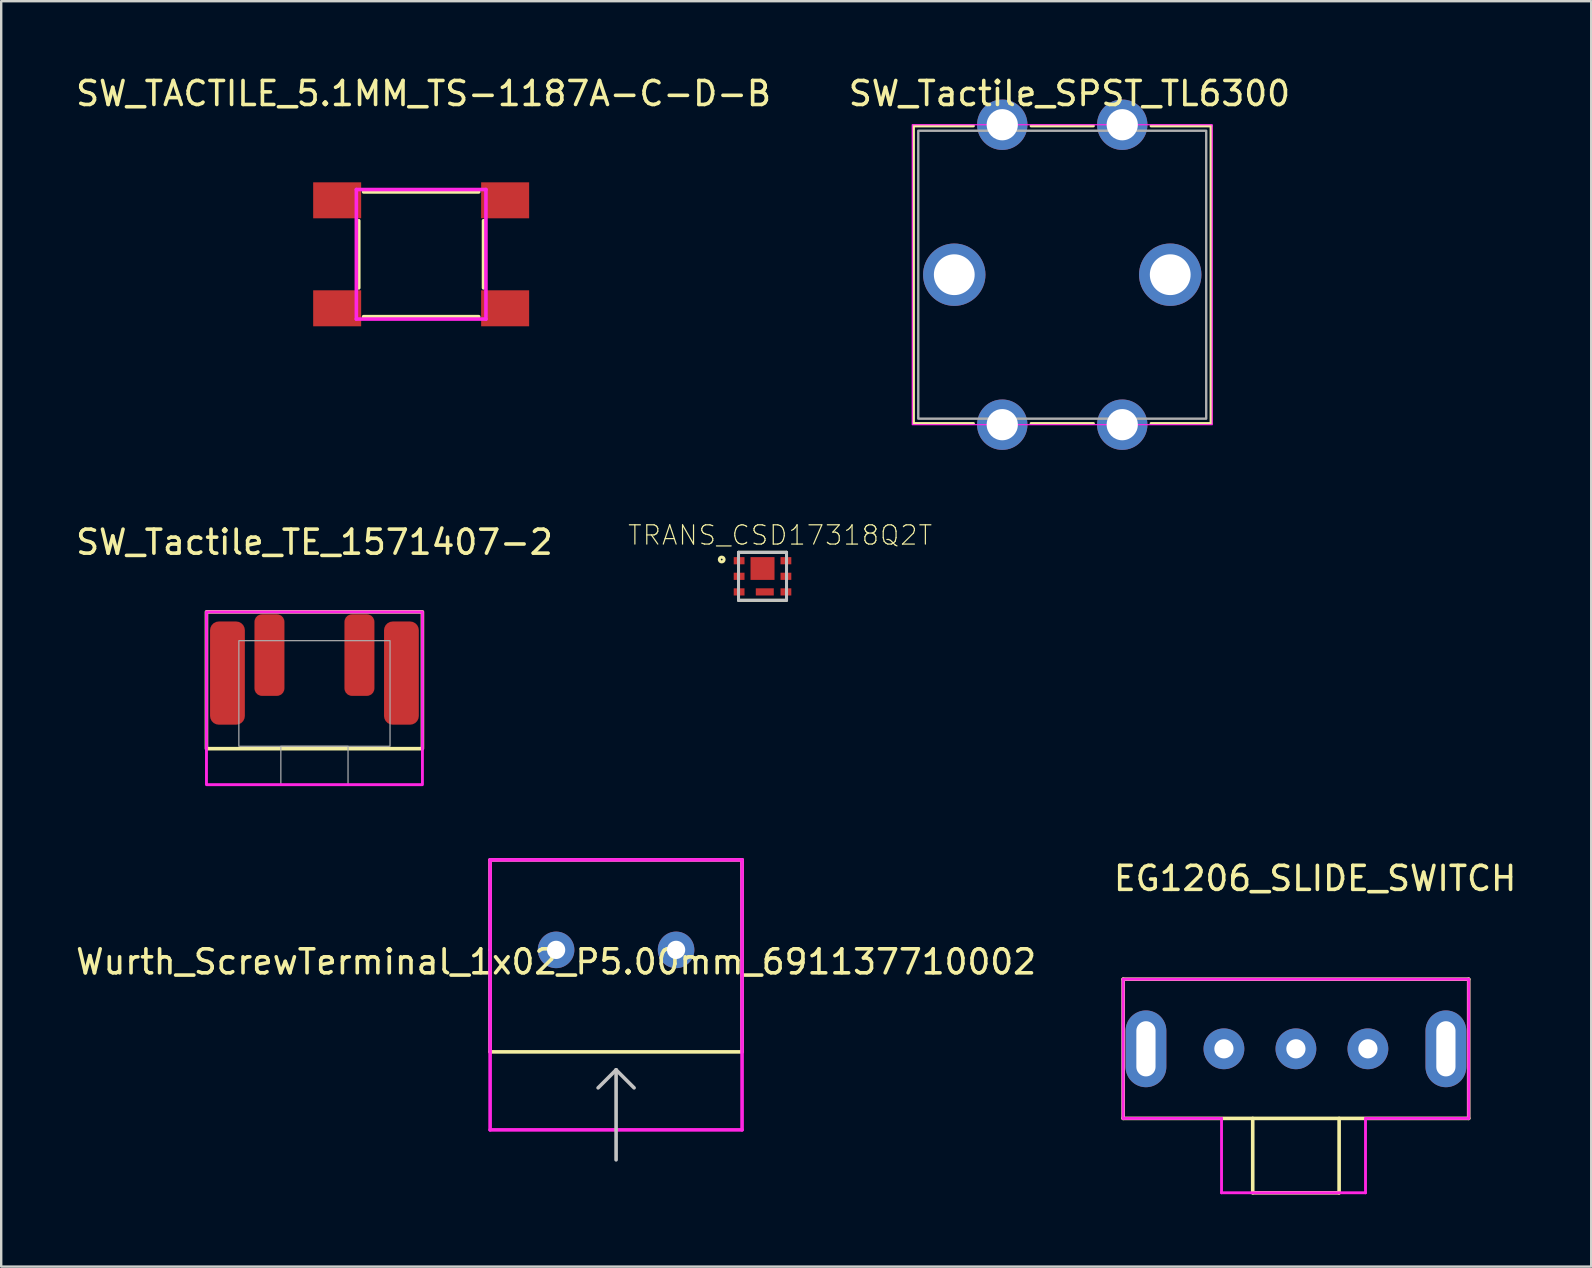
<source format=kicad_pcb>
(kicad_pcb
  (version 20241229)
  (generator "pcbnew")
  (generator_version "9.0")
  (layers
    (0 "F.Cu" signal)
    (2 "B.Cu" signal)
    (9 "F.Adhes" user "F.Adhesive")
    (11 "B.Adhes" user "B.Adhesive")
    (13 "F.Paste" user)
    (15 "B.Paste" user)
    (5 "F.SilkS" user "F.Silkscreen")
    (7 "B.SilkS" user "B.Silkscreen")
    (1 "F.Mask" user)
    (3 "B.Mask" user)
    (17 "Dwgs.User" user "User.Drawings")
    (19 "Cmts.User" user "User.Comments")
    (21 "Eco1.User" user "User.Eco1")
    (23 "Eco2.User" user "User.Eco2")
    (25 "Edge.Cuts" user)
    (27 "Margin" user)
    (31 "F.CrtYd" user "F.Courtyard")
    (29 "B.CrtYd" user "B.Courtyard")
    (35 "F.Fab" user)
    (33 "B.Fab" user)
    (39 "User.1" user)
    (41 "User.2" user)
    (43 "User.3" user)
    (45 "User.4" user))
  (footprint "Wurth_ScrewTerminal_1x02_P5.00mm_691137710002"
    (layer "F.Cu")
    (at 20.125 36.535)
    (property "Reference" "Wurth_ScrewTerminal_1x02_P5.00mm_691137710002" (at 0 0.5 0) (layer "F.SilkS") (effects (font (size 1 1) (thickness 0.15))))
    (attr through_hole)
    (fp_line (start -2.75 -3.75) (end -2.75 0) (stroke (width 0.15) (type solid)) (layer "F.SilkS"))
    (fp_line (start -2.75 0) (end -2.75 4.25) (stroke (width 0.15) (type solid)) (layer "F.SilkS"))
    (fp_line (start -2.75 4.25) (end 7.75 4.25) (stroke (width 0.15) (type solid)) (layer "F.SilkS"))
    (fp_line (start 7.75 -3.75) (end -2.75 -3.75) (stroke (width 0.15) (type solid)) (layer "F.SilkS"))
    (fp_line (start 7.75 4.25) (end 7.75 -3.75) (stroke (width 0.15) (type solid)) (layer "F.SilkS"))
    (fp_line (start 2.5 5) (end 1.75 5.75) (stroke (width 0.15) (type solid)) (layer "Dwgs.User"))
    (fp_line (start 2.5 5) (end 3.25 5.75) (stroke (width 0.15) (type solid)) (layer "Dwgs.User"))
    (fp_line (start 2.5 8.75) (end 2.5 5) (stroke (width 0.15) (type solid)) (layer "Dwgs.User"))
    (fp_line (start -2.75 -3.75) (end -2.75 7.5) (stroke (width 0.15) (type solid)) (layer "F.CrtYd"))
    (fp_line (start -2.75 7.5) (end 7.75 7.5) (stroke (width 0.15) (type solid)) (layer "F.CrtYd"))
    (fp_line (start 7.75 -3.75) (end -2.75 -3.75) (stroke (width 0.15) (type solid)) (layer "F.CrtYd"))
    (fp_line (start 7.75 7.5) (end 7.75 -3.75) (stroke (width 0.15) (type solid)) (layer "F.CrtYd"))
    (pad "1" thru_hole circle (at 0 0) (size 1.524 1.524) (drill 0.762) (layers "*.Cu" "*.Mask"))
    (pad "2" thru_hole circle (at 5 0) (size 1.524 1.524) (drill 0.762) (layers "*.Cu" "*.Mask")))
  (footprint "SW_Tactile_SPST_TL6300"
    (layer "F.Cu")
    (at 38.718 2.148)
    (property "Reference" "SW_Tactile_SPST_TL6300" (at 2.8 -1.3 0) (unlocked yes) (layer "F.SilkS") (effects (font (size 1 1) (thickness 0.15))))
    (attr through_hole)
    (fp_line (start -3.7 0.05) (end -1.2 0.05) (stroke (width 0.12) (type solid)) (layer "F.SilkS"))
    (fp_line (start -3.7 12.45) (end -3.7 0.05) (stroke (width 0.12) (type solid)) (layer "F.SilkS"))
    (fp_line (start -1.2 12.45) (end -3.7 12.45) (stroke (width 0.12) (type solid)) (layer "F.SilkS"))
    (fp_line (start 1.2 0.05) (end 3.8 0.05) (stroke (width 0.12) (type solid)) (layer "F.SilkS"))
    (fp_line (start 3.8 12.45) (end 1.2 12.45) (stroke (width 0.12) (type solid)) (layer "F.SilkS"))
    (fp_line (start 6.2 0.05) (end 8.7 0.05) (stroke (width 0.12) (type solid)) (layer "F.SilkS"))
    (fp_line (start 8.7 0.05) (end 8.7 12.45) (stroke (width 0.12) (type solid)) (layer "F.SilkS"))
    (fp_line (start 8.7 12.45) (end 6.2 12.45) (stroke (width 0.12) (type solid)) (layer "F.SilkS"))
    (fp_rect (start -3.75 0) (end 8.75 12.5) (stroke (width 0.05) (type solid)) (fill no) (layer "F.CrtYd"))
    (fp_rect (start -3.5 0.25) (end 8.5 12.25) (stroke (width 0.1) (type solid)) (fill no) (layer "F.Fab"))
    (pad "1" thru_hole circle (at 5 0) (size 2.1 2.1) (drill 1.3) (layers "*.Cu" "*.Mask"))
    (pad "1" thru_hole circle (at 5 12.5) (size 2.1 2.1) (drill 1.3) (layers "*.Cu" "*.Mask"))
    (pad "2" thru_hole circle (at 0 0) (size 2.1 2.1) (drill 1.3) (layers "*.Cu" "*.Mask"))
    (pad "2" thru_hole circle (at 0 12.5) (size 2.1 2.1) (drill 1.3) (layers "*.Cu" "*.Mask"))
    (pad "~" thru_hole circle (at -2 6.25) (size 2.6 2.6) (drill 1.7) (layers "*.Cu" "*.Mask"))
    (pad "~" thru_hole circle (at 7 6.25) (size 2.6 2.6) (drill 1.7) (layers "*.Cu" "*.Mask")))
  (footprint "‎EG1206‎_SLIDE_SWITCH"
    (layer "F.Cu")
    (at 50.956 40.658)
    (property "Reference" "‎EG1206‎_SLIDE_SWITCH" (at 0.8 -7.1 0) (layer "F.SilkS") (effects (font (size 1 1) (thickness 0.15))))
    (attr through_hole)
    (fp_line (start -7.2 -2.9) (end -7.2 2.9) (stroke (width 0.15) (type solid)) (layer "F.SilkS"))
    (fp_line (start -7.2 2.9) (end 7.2 2.9) (stroke (width 0.15) (type solid)) (layer "F.SilkS"))
    (fp_line (start -1.8 2.9) (end -1.8 6) (stroke (width 0.15) (type solid)) (layer "F.SilkS"))
    (fp_line (start -1.8 6) (end 1.8 6) (stroke (width 0.15) (type solid)) (layer "F.SilkS"))
    (fp_line (start 1.8 6) (end 1.8 2.9) (stroke (width 0.15) (type solid)) (layer "F.SilkS"))
    (fp_line (start 7.2 -2.9) (end -7.2 -2.9) (stroke (width 0.15) (type solid)) (layer "F.SilkS"))
    (fp_line (start 7.2 2.9) (end 7.2 -2.9) (stroke (width 0.15) (type solid)) (layer "F.SilkS"))
    (fp_line (start -7.2 -2.9) (end -7.2 2.9) (stroke (width 0.12) (type solid)) (layer "F.CrtYd"))
    (fp_line (start -7.2 2.9) (end -3.1 2.9) (stroke (width 0.12) (type solid)) (layer "F.CrtYd"))
    (fp_line (start -3.1 2.9) (end -3.1 6) (stroke (width 0.12) (type solid)) (layer "F.CrtYd"))
    (fp_line (start -3.1 6) (end 2.9 6) (stroke (width 0.12) (type solid)) (layer "F.CrtYd"))
    (fp_line (start 2.9 2.9) (end 7.2 2.9) (stroke (width 0.12) (type solid)) (layer "F.CrtYd"))
    (fp_line (start 2.9 6) (end 2.9 2.9) (stroke (width 0.12) (type solid)) (layer "F.CrtYd"))
    (fp_line (start 7.2 -2.9) (end -7.2 -2.9) (stroke (width 0.12) (type solid)) (layer "F.CrtYd"))
    (fp_line (start 7.2 2.9) (end 7.2 -2.9) (stroke (width 0.12) (type solid)) (layer "F.CrtYd"))
    (pad "1" thru_hole circle (at -3 0) (size 1.7 1.7) (drill 0.8) (layers "*.Cu" "*.Mask"))
    (pad "2" thru_hole circle (at 0 0) (size 1.7 1.7) (drill 0.8) (layers "*.Cu" "*.Mask"))
    (pad "3" thru_hole circle (at 3 0) (size 1.7 1.7) (drill 0.8) (layers "*.Cu" "*.Mask"))
    (pad "~" thru_hole oval (at -6.25 0) (size 1.7 3.2) (drill oval 0.8 2.3) (layers "*.Cu" "*.Mask"))
    (pad "~" thru_hole oval (at 6.25 0) (size 1.7 3.2) (drill oval 0.8 2.3) (layers "*.Cu" "*.Mask")))
  (footprint "TRANS_CSD17318Q2T"
    (layer "F.Cu")
    (at 28.727 20.967)
    (property "Reference" "TRANS_CSD17318Q2T" (at 0.734 -1.712 0) (layer "F.SilkS") (effects (font (size 0.802 0.802) (thickness 0.05))))
    (attr smd)
    (fp_line (start -1 -1) (end 1 -1) (stroke (width 0.127) (type solid)) (layer "F.SilkS"))
    (fp_line (start -1 1) (end 1 1) (stroke (width 0.127) (type solid)) (layer "F.SilkS"))
    (fp_circle (center -1.7 -0.7) (end -1.6 -0.7) (stroke (width 0.127) (type solid)) (fill no) (layer "F.SilkS"))
    (fp_poly (pts (xy -0.451 -0.755) (xy 0.45 -0.755) (xy 0.45 0.105) (xy -0.451 0.105)) (stroke (width 0) (type solid)) (fill yes) (layer "F.Paste"))
    (fp_poly (pts (xy -0.256 0.5) (xy 0.445 0.5) (xy 0.445 0.802) (xy -0.256 0.802)) (stroke (width 0) (type solid)) (fill yes) (layer "F.Paste"))
    (fp_line (start -1 -1) (end 1 -1) (stroke (width 0.127) (type solid)) (layer "Dwgs.User"))
    (fp_line (start -1 1) (end -1 -1) (stroke (width 0.127) (type solid)) (layer "Dwgs.User"))
    (fp_line (start 1 -1) (end 1 1) (stroke (width 0.127) (type solid)) (layer "Dwgs.User"))
    (fp_line (start 1 1) (end -1 1) (stroke (width 0.127) (type solid)) (layer "Dwgs.User"))
    (pad "1" smd rect (at 0.095 0.65) (size 0.75 0.3) (layers "F.Cu" "F.Mask" "F.Paste"))
    (pad "1" smd rect (at 0.975 0.65 180) (size 0.45 0.3) (layers "F.Cu" "F.Mask" "F.Paste"))
    (pad "2" smd rect (at -0.975 0.65) (size 0.45 0.3) (layers "F.Cu" "F.Mask" "F.Paste"))
    (pad "3" smd rect (at -0.975 -0.65) (size 0.45 0.3) (layers "F.Cu" "F.Mask" "F.Paste"))
    (pad "3" smd rect (at -0.975 0) (size 0.45 0.3) (layers "F.Cu" "F.Mask" "F.Paste"))
    (pad "3" smd rect (at 0 -0.325) (size 1 0.95) (layers "F.Cu" "F.Mask" "F.Paste"))
    (pad "3" smd rect (at 0.975 -0.65 180) (size 0.45 0.3) (layers "F.Cu" "F.Mask" "F.Paste"))
    (pad "3" smd rect (at 0.975 0 180) (size 0.45 0.3) (layers "F.Cu" "F.Mask" "F.Paste")))
  (footprint "SW_TACTILE_5.1MM_TS-1187A-C-D-B"
    (layer "F.Cu")
    (at 14.501 7.548)
    (property "Reference" "SW_TACTILE_5.1MM_TS-1187A-C-D-B" (at 0.1 -6.7 0) (layer "F.SilkS") (effects (font (size 1 1) (thickness 0.15))))
    (attr smd)
    (fp_line (start -2.6 1.4) (end -2.6 -1.4) (stroke (width 0.15) (type solid)) (layer "F.SilkS"))
    (fp_line (start -2.4 -2.6) (end 2.4 -2.6) (stroke (width 0.15) (type solid)) (layer "F.SilkS"))
    (fp_line (start 2.4 2.6) (end -2.4 2.6) (stroke (width 0.15) (type solid)) (layer "F.SilkS"))
    (fp_line (start 2.6 -1.4) (end 2.6 1.4) (stroke (width 0.15) (type solid)) (layer "F.SilkS"))
    (fp_line (start -2.7 -2.7) (end 2.7 -2.7) (stroke (width 0.15) (type solid)) (layer "F.CrtYd"))
    (fp_line (start -2.7 2.7) (end -2.7 -2.7) (stroke (width 0.15) (type solid)) (layer "F.CrtYd"))
    (fp_line (start 2.7 -2.7) (end 2.7 2.7) (stroke (width 0.15) (type solid)) (layer "F.CrtYd"))
    (fp_line (start 2.7 2.7) (end -2.7 2.7) (stroke (width 0.15) (type solid)) (layer "F.CrtYd"))
    (pad "1" smd rect (at -3.5 -2.25) (size 2 1.5) (layers "F.Cu" "F.Mask" "F.Paste"))
    (pad "1" smd rect (at 3.5 -2.25) (size 2 1.5) (layers "F.Cu" "F.Mask" "F.Paste"))
    (pad "2" smd rect (at -3.5 2.25) (size 2 1.5) (layers "F.Cu" "F.Mask" "F.Paste"))
    (pad "2" smd rect (at 3.5 2.25) (size 2 1.5) (layers "F.Cu" "F.Mask" "F.Paste")))
  (footprint "SW_Tactile_TE_1571407-2"
    (layer "F.Cu")
    (at 10.054 28.05)
    (property "Reference" "SW_Tactile_TE_1571407-2" (at 0 -8.504 0) (unlocked yes) (layer "F.SilkS") (effects (font (size 1 1) (thickness 0.15))))
    (attr smd)
    (fp_rect (start -4.5 -5.6) (end 4.5 0.1) (stroke (width 0.15) (type solid)) (fill no) (layer "F.SilkS"))
    (fp_rect (start -4.5 -5.6) (end 4.5 1.6) (stroke (width 0.12) (type solid)) (fill no) (layer "F.CrtYd"))
    (fp_rect (start -3.15 -4.4) (end 3.15 0) (stroke (width 0.05) (type solid)) (fill no) (layer "F.Fab"))
    (fp_rect (start -1.4 0) (end 1.4 1.6) (stroke (width 0.05) (type solid)) (fill no) (layer "F.Fab"))
    (pad "1" smd roundrect (at -1.875 -3.8) (size 1.25 3.4) (layers "F.Cu" "F.Mask" "F.Paste") (roundrect_rratio 0.25))
    (pad "2" smd roundrect (at 1.875 -3.8) (size 1.25 3.4) (layers "F.Cu" "F.Mask" "F.Paste") (roundrect_rratio 0.25))
    (pad "~" smd roundrect (at -3.625 -3.05) (size 1.45 4.3) (layers "F.Cu" "F.Mask" "F.Paste") (roundrect_rratio 0.25))
    (pad "~" smd roundrect (at 3.625 -3.05) (size 1.45 4.3) (layers "F.Cu" "F.Mask" "F.Paste") (roundrect_rratio 0.25)))
  (gr_rect
    (start -3 -3)
    (end 63.262 49.733)
    (stroke (width 0.1) (type default))
    (fill no)
    (layer "Edge.Cuts")))
</source>
